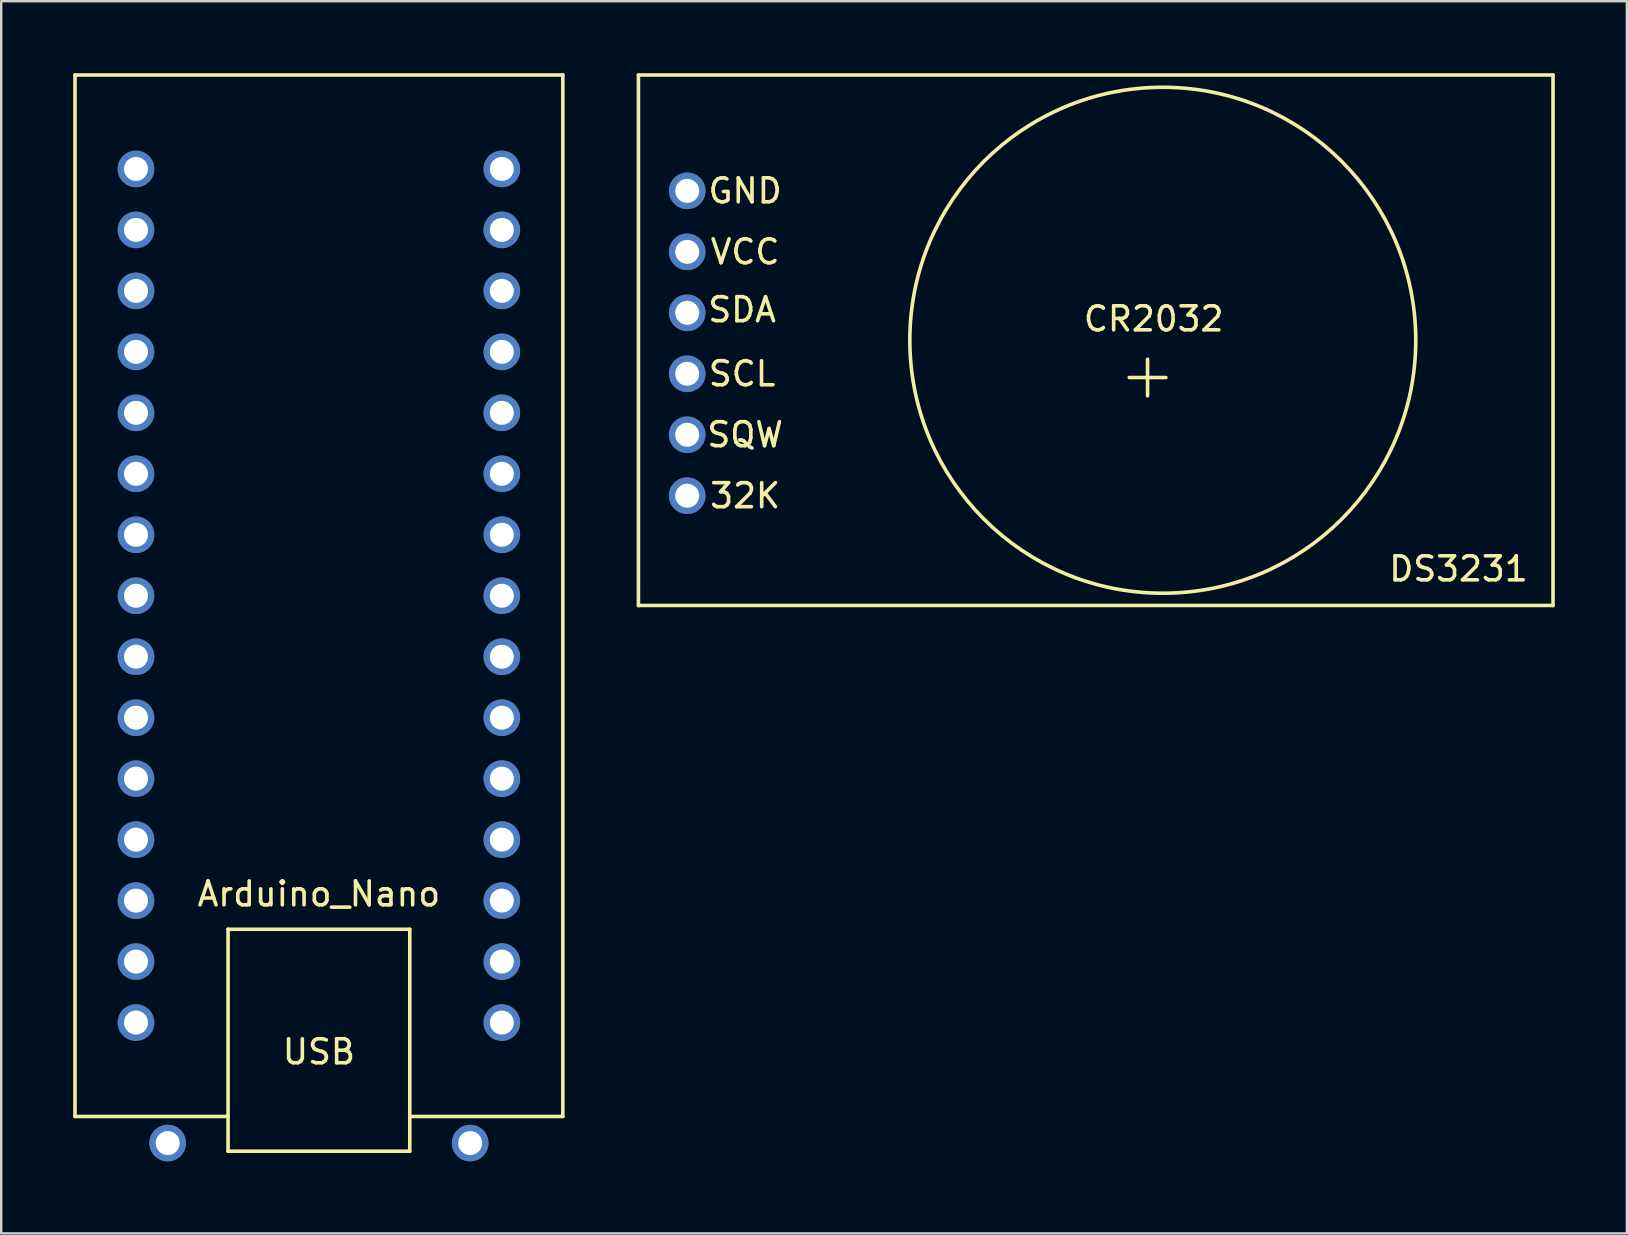
<source format=kicad_pcb>
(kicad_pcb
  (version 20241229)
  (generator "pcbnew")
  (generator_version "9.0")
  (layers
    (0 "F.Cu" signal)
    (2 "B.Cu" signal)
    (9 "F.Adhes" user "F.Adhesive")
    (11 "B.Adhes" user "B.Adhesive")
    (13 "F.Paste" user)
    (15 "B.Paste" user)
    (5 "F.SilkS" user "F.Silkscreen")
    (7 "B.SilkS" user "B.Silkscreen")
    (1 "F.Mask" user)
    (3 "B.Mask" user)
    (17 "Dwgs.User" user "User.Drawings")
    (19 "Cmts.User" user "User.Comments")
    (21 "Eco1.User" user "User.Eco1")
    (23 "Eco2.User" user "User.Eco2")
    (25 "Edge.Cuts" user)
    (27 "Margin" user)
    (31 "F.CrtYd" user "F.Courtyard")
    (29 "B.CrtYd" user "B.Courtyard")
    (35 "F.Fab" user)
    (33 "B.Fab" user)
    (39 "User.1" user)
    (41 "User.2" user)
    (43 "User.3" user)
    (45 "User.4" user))
  (footprint "Arduino_Nano"
    (layer "F.Cu")
    (at 10.235 21.767)
    (property "Reference" "Arduino_Nano" (at 0 12.421 0) (layer "F.SilkS") (effects (font (size 1 1) (thickness 0.15))))
    (attr through_hole)
    (fp_line (start -10.16 -21.692) (end 10.16 -21.692) (stroke (width 0.15) (type solid)) (layer "F.SilkS"))
    (fp_line (start -10.16 21.692) (end -10.16 -21.692) (stroke (width 0.15) (type solid)) (layer "F.SilkS"))
    (fp_line (start -10.16 21.692) (end -3.785 21.692) (stroke (width 0.15) (type solid)) (layer "F.SilkS"))
    (fp_line (start -3.785 13.894) (end -3.785 23.139) (stroke (width 0.15) (type solid)) (layer "F.SilkS"))
    (fp_line (start 3.785 13.894) (end -3.785 13.894) (stroke (width 0.15) (type solid)) (layer "F.SilkS"))
    (fp_line (start 3.785 13.894) (end 3.785 23.139) (stroke (width 0.15) (type solid)) (layer "F.SilkS"))
    (fp_line (start 3.785 23.139) (end -3.785 23.139) (stroke (width 0.15) (type solid)) (layer "F.SilkS"))
    (fp_line (start 10.16 21.692) (end 3.785 21.692) (stroke (width 0.15) (type solid)) (layer "F.SilkS"))
    (fp_line (start 10.16 21.692) (end 10.16 -21.692) (stroke (width 0.15) (type solid)) (layer "F.SilkS"))
    (fp_text user "USB" (at 0 19 0) (layer "F.SilkS") (effects (font (size 1 1) (thickness 0.15))))
    (pad "1" thru_hole circle (at -7.62 -17.78) (size 1.524 1.524) (drill 1) (layers "*.Cu" "*.Mask"))
    (pad "2" thru_hole circle (at -7.62 -15.24) (size 1.524 1.524) (drill 1) (layers "*.Cu" "*.Mask"))
    (pad "3" thru_hole circle (at -7.62 -12.7) (size 1.524 1.524) (drill 1) (layers "*.Cu" "*.Mask"))
    (pad "4" thru_hole circle (at -7.62 -10.16) (size 1.524 1.524) (drill 1) (layers "*.Cu" "*.Mask"))
    (pad "5" thru_hole circle (at -7.62 -7.62) (size 1.524 1.524) (drill 1) (layers "*.Cu" "*.Mask"))
    (pad "6" thru_hole circle (at -7.62 -5.08) (size 1.524 1.524) (drill 1) (layers "*.Cu" "*.Mask"))
    (pad "7" thru_hole circle (at -7.62 -2.54) (size 1.524 1.524) (drill 1) (layers "*.Cu" "*.Mask"))
    (pad "8" thru_hole circle (at -7.62 0) (size 1.524 1.524) (drill 1) (layers "*.Cu" "*.Mask"))
    (pad "9" thru_hole circle (at -7.62 2.54) (size 1.524 1.524) (drill 1) (layers "*.Cu" "*.Mask"))
    (pad "10" thru_hole circle (at -7.62 5.08) (size 1.524 1.524) (drill 1) (layers "*.Cu" "*.Mask"))
    (pad "11" thru_hole circle (at -7.62 7.62) (size 1.524 1.524) (drill 1) (layers "*.Cu" "*.Mask"))
    (pad "12" thru_hole circle (at -7.62 10.16) (size 1.524 1.524) (drill 1) (layers "*.Cu" "*.Mask"))
    (pad "13" thru_hole circle (at -7.62 12.7) (size 1.524 1.524) (drill 1) (layers "*.Cu" "*.Mask"))
    (pad "14" thru_hole circle (at -7.62 15.24) (size 1.524 1.524) (drill 1) (layers "*.Cu" "*.Mask"))
    (pad "15" thru_hole circle (at -7.62 17.78) (size 1.524 1.524) (drill 1) (layers "*.Cu" "*.Mask"))
    (pad "16" thru_hole circle (at 7.62 17.78) (size 1.524 1.524) (drill 1) (layers "*.Cu" "*.Mask"))
    (pad "17" thru_hole circle (at 7.62 15.24) (size 1.524 1.524) (drill 1) (layers "*.Cu" "*.Mask"))
    (pad "18" thru_hole circle (at 7.62 12.7) (size 1.524 1.524) (drill 1) (layers "*.Cu" "*.Mask"))
    (pad "19" thru_hole circle (at 7.62 10.16) (size 1.524 1.524) (drill 1) (layers "*.Cu" "*.Mask"))
    (pad "20" thru_hole circle (at 7.62 7.62) (size 1.524 1.524) (drill 1) (layers "*.Cu" "*.Mask"))
    (pad "21" thru_hole circle (at 7.62 5.08) (size 1.524 1.524) (drill 1) (layers "*.Cu" "*.Mask"))
    (pad "22" thru_hole circle (at 7.62 2.54) (size 1.524 1.524) (drill 1) (layers "*.Cu" "*.Mask"))
    (pad "23" thru_hole circle (at 7.62 0) (size 1.524 1.524) (drill 1) (layers "*.Cu" "*.Mask"))
    (pad "24" thru_hole circle (at 7.62 -2.54) (size 1.524 1.524) (drill 1) (layers "*.Cu" "*.Mask"))
    (pad "25" thru_hole circle (at 7.62 -5.08) (size 1.524 1.524) (drill 1) (layers "*.Cu" "*.Mask"))
    (pad "26" thru_hole circle (at 7.62 -7.62) (size 1.524 1.524) (drill 1) (layers "*.Cu" "*.Mask"))
    (pad "27" thru_hole circle (at 7.62 -10.16) (size 1.524 1.524) (drill 1) (layers "*.Cu" "*.Mask"))
    (pad "28" thru_hole circle (at 7.62 -12.7) (size 1.524 1.524) (drill 1) (layers "*.Cu" "*.Mask"))
    (pad "29" thru_hole circle (at 7.62 -15.24) (size 1.524 1.524) (drill 1) (layers "*.Cu" "*.Mask"))
    (pad "30" thru_hole circle (at 7.62 -17.78) (size 1.524 1.524) (drill 1) (layers "*.Cu" "*.Mask"))
    (pad "31" thru_hole circle (at 6.3 22.8) (size 1.524 1.524) (drill 1) (layers "*.Cu" "*.Mask"))
    (pad "32" thru_hole circle (at -6.3 22.8) (size 1.524 1.524) (drill 1) (layers "*.Cu" "*.Mask")))
  (footprint "DS3231"
    (layer "F.Cu")
    (at 43.611 11.251)
    (property "Reference" "DS3231" (at 14.097 9.398 0) (layer "F.SilkS") (effects (font (size 1 1) (thickness 0.15))))
    (attr through_hole)
    (fp_line (start -20.066 -11.176) (end -20.066 10.922) (stroke (width 0.15) (type solid)) (layer "F.SilkS"))
    (fp_line (start 18.034 -11.176) (end -20.066 -11.176) (stroke (width 0.15) (type solid)) (layer "F.SilkS"))
    (fp_line (start 18.034 -11.176) (end 18.034 10.922) (stroke (width 0.15) (type solid)) (layer "F.SilkS"))
    (fp_line (start 18.034 10.922) (end -20.066 10.922) (stroke (width 0.15) (type solid)) (layer "F.SilkS"))
    (fp_circle (center 1.778 -0.127) (end 9.779 6.731) (stroke (width 0.15) (type solid)) (fill no) (layer "F.SilkS"))
    (fp_text user "GND" (at -15.621 -6.35 0) (layer "F.SilkS") (effects (font (size 1 1) (thickness 0.15))))
    (fp_text user "32K" (at -15.621 6.35 0) (layer "F.SilkS") (effects (font (size 1 1) (thickness 0.15))))
    (fp_text user "SCL" (at -15.748 1.27 0) (layer "F.SilkS") (effects (font (size 1 1) (thickness 0.15))))
    (fp_text user "VCC" (at -15.621 -3.81 0) (layer "F.SilkS") (effects (font (size 1 1) (thickness 0.15))))
    (fp_text user "CR2032" (at 1.397 -1.016 0) (layer "F.SilkS") (effects (font (size 1 1) (thickness 0.15))))
    (fp_text user "SQW" (at -15.621 3.81 0) (layer "F.SilkS") (effects (font (size 1 1) (thickness 0.15))))
    (fp_text user "SDA" (at -15.748 -1.397 0) (layer "F.SilkS") (effects (font (size 1 1) (thickness 0.15))))
    (fp_text user "+" (at 1.143 1.27 0) (layer "F.SilkS") (effects (font (size 2 2) (thickness 0.15))))
    (pad "1" thru_hole circle (at -18.034 -6.35) (size 1.524 1.524) (drill 1) (layers "*.Cu" "*.Mask"))
    (pad "2" thru_hole circle (at -18.034 -3.81) (size 1.524 1.524) (drill 1) (layers "*.Cu" "*.Mask"))
    (pad "3" thru_hole circle (at -18.034 -1.27) (size 1.524 1.524) (drill 1) (layers "*.Cu" "*.Mask"))
    (pad "4" thru_hole circle (at -18.034 1.27) (size 1.524 1.524) (drill 1) (layers "*.Cu" "*.Mask"))
    (pad "5" thru_hole circle (at -18.034 3.81) (size 1.524 1.524) (drill 1) (layers "*.Cu" "*.Mask"))
    (pad "6" thru_hole circle (at -18.034 6.35) (size 1.524 1.524) (drill 1) (layers "*.Cu" "*.Mask")))
  (gr_rect
    (start -3 -3)
    (end 64.72 48.329)
    (stroke (width 0.1) (type default))
    (fill no)
    (layer "Edge.Cuts")))
</source>
